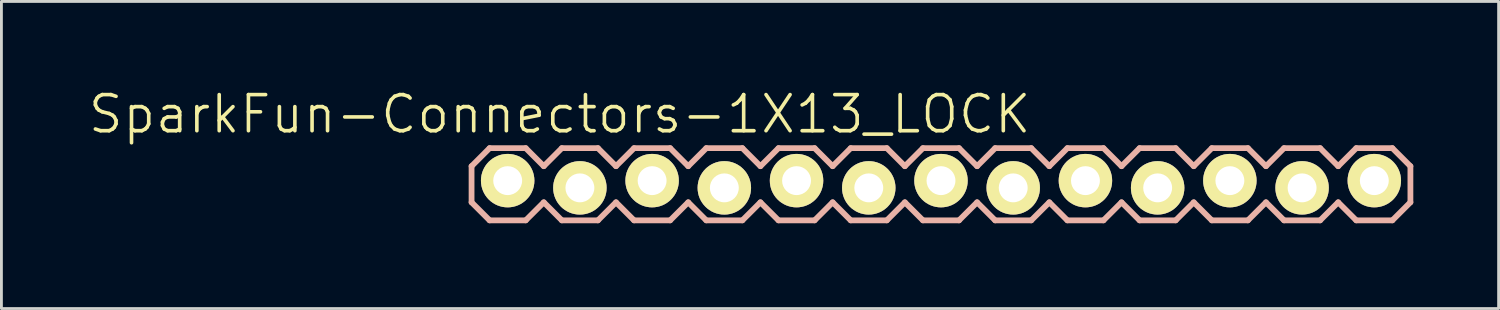
<source format=kicad_pcb>
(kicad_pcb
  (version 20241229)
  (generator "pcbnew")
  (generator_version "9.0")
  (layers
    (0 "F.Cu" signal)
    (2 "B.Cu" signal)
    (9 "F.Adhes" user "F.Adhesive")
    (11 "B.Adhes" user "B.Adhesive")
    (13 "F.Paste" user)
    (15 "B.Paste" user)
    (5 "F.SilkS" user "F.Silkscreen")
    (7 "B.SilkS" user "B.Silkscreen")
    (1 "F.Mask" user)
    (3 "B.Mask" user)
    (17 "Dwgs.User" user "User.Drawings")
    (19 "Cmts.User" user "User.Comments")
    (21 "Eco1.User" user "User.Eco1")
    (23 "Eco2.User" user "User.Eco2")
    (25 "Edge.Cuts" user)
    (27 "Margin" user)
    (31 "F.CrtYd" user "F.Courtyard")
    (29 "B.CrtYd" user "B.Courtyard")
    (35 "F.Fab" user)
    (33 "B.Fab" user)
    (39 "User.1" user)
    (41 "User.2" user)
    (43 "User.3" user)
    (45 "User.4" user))
  (footprint "SparkFun-Connectors-1X13_LOCK"
    (layer "F.Cu")
    (at 14.805 3.43)
    (property "Reference" "SparkFun-Connectors-1X13_LOCK" (at 1.829 -2.464 0) (layer "F.SilkS") (effects (font (size 1.27 1.27) (thickness 0.127))))
    (attr exclude_from_pos_files exclude_from_bom)
    (fp_line (start -0.254 -0.254) (end 0.254 -0.254) (stroke (width 0.066) (type solid)) (layer "F.SilkS"))
    (fp_line (start -0.254 0.254) (end -0.254 -0.254) (stroke (width 0.066) (type solid)) (layer "F.SilkS"))
    (fp_line (start -0.254 0.254) (end 0.254 0.254) (stroke (width 0.066) (type solid)) (layer "F.SilkS"))
    (fp_line (start 0.254 0.254) (end 0.254 -0.254) (stroke (width 0.066) (type solid)) (layer "F.SilkS"))
    (fp_line (start 2.286 -0.254) (end 2.794 -0.254) (stroke (width 0.066) (type solid)) (layer "F.SilkS"))
    (fp_line (start 2.286 0.254) (end 2.286 -0.254) (stroke (width 0.066) (type solid)) (layer "F.SilkS"))
    (fp_line (start 2.286 0.254) (end 2.794 0.254) (stroke (width 0.066) (type solid)) (layer "F.SilkS"))
    (fp_line (start 2.794 0.254) (end 2.794 -0.254) (stroke (width 0.066) (type solid)) (layer "F.SilkS"))
    (fp_line (start 4.826 -0.254) (end 5.334 -0.254) (stroke (width 0.066) (type solid)) (layer "F.SilkS"))
    (fp_line (start 4.826 0.254) (end 4.826 -0.254) (stroke (width 0.066) (type solid)) (layer "F.SilkS"))
    (fp_line (start 4.826 0.254) (end 5.334 0.254) (stroke (width 0.066) (type solid)) (layer "F.SilkS"))
    (fp_line (start 5.334 0.254) (end 5.334 -0.254) (stroke (width 0.066) (type solid)) (layer "F.SilkS"))
    (fp_line (start 7.366 -0.254) (end 7.874 -0.254) (stroke (width 0.066) (type solid)) (layer "F.SilkS"))
    (fp_line (start 7.366 0.254) (end 7.366 -0.254) (stroke (width 0.066) (type solid)) (layer "F.SilkS"))
    (fp_line (start 7.366 0.254) (end 7.874 0.254) (stroke (width 0.066) (type solid)) (layer "F.SilkS"))
    (fp_line (start 7.874 0.254) (end 7.874 -0.254) (stroke (width 0.066) (type solid)) (layer "F.SilkS"))
    (fp_line (start 9.906 -0.254) (end 10.414 -0.254) (stroke (width 0.066) (type solid)) (layer "F.SilkS"))
    (fp_line (start 9.906 0.254) (end 9.906 -0.254) (stroke (width 0.066) (type solid)) (layer "F.SilkS"))
    (fp_line (start 9.906 0.254) (end 10.414 0.254) (stroke (width 0.066) (type solid)) (layer "F.SilkS"))
    (fp_line (start 10.414 0.254) (end 10.414 -0.254) (stroke (width 0.066) (type solid)) (layer "F.SilkS"))
    (fp_line (start 12.446 -0.254) (end 12.954 -0.254) (stroke (width 0.066) (type solid)) (layer "F.SilkS"))
    (fp_line (start 12.446 0.254) (end 12.446 -0.254) (stroke (width 0.066) (type solid)) (layer "F.SilkS"))
    (fp_line (start 12.446 0.254) (end 12.954 0.254) (stroke (width 0.066) (type solid)) (layer "F.SilkS"))
    (fp_line (start 12.954 0.254) (end 12.954 -0.254) (stroke (width 0.066) (type solid)) (layer "F.SilkS"))
    (fp_line (start 14.986 -0.254) (end 15.494 -0.254) (stroke (width 0.066) (type solid)) (layer "F.SilkS"))
    (fp_line (start 14.986 0.254) (end 14.986 -0.254) (stroke (width 0.066) (type solid)) (layer "F.SilkS"))
    (fp_line (start 14.986 0.254) (end 15.494 0.254) (stroke (width 0.066) (type solid)) (layer "F.SilkS"))
    (fp_line (start 15.494 0.254) (end 15.494 -0.254) (stroke (width 0.066) (type solid)) (layer "F.SilkS"))
    (fp_line (start 17.523 -0.254) (end 18.034 -0.254) (stroke (width 0.066) (type solid)) (layer "F.SilkS"))
    (fp_line (start 17.523 0.254) (end 17.523 -0.254) (stroke (width 0.066) (type solid)) (layer "F.SilkS"))
    (fp_line (start 17.523 0.254) (end 18.034 0.254) (stroke (width 0.066) (type solid)) (layer "F.SilkS"))
    (fp_line (start 18.034 0.254) (end 18.034 -0.254) (stroke (width 0.066) (type solid)) (layer "F.SilkS"))
    (fp_line (start 20.066 -0.254) (end 20.574 -0.254) (stroke (width 0.066) (type solid)) (layer "F.SilkS"))
    (fp_line (start 20.066 0.254) (end 20.066 -0.254) (stroke (width 0.066) (type solid)) (layer "F.SilkS"))
    (fp_line (start 20.066 0.254) (end 20.574 0.254) (stroke (width 0.066) (type solid)) (layer "F.SilkS"))
    (fp_line (start 20.574 0.254) (end 20.574 -0.254) (stroke (width 0.066) (type solid)) (layer "F.SilkS"))
    (fp_line (start 22.606 -0.254) (end 23.114 -0.254) (stroke (width 0.066) (type solid)) (layer "F.SilkS"))
    (fp_line (start 22.606 0.254) (end 22.606 -0.254) (stroke (width 0.066) (type solid)) (layer "F.SilkS"))
    (fp_line (start 22.606 0.254) (end 23.114 0.254) (stroke (width 0.066) (type solid)) (layer "F.SilkS"))
    (fp_line (start 23.114 0.254) (end 23.114 -0.254) (stroke (width 0.066) (type solid)) (layer "F.SilkS"))
    (fp_line (start 25.146 -0.254) (end 25.654 -0.254) (stroke (width 0.066) (type solid)) (layer "F.SilkS"))
    (fp_line (start 25.146 0.254) (end 25.146 -0.254) (stroke (width 0.066) (type solid)) (layer "F.SilkS"))
    (fp_line (start 25.146 0.254) (end 25.654 0.254) (stroke (width 0.066) (type solid)) (layer "F.SilkS"))
    (fp_line (start 25.654 0.254) (end 25.654 -0.254) (stroke (width 0.066) (type solid)) (layer "F.SilkS"))
    (fp_line (start 27.686 -0.254) (end 28.194 -0.254) (stroke (width 0.066) (type solid)) (layer "F.SilkS"))
    (fp_line (start 27.686 0.254) (end 27.686 -0.254) (stroke (width 0.066) (type solid)) (layer "F.SilkS"))
    (fp_line (start 27.686 0.254) (end 28.194 0.254) (stroke (width 0.066) (type solid)) (layer "F.SilkS"))
    (fp_line (start 28.194 0.254) (end 28.194 -0.254) (stroke (width 0.066) (type solid)) (layer "F.SilkS"))
    (fp_line (start 30.226 -0.254) (end 30.734 -0.254) (stroke (width 0.066) (type solid)) (layer "F.SilkS"))
    (fp_line (start 30.226 0.254) (end 30.226 -0.254) (stroke (width 0.066) (type solid)) (layer "F.SilkS"))
    (fp_line (start 30.226 0.254) (end 30.734 0.254) (stroke (width 0.066) (type solid)) (layer "F.SilkS"))
    (fp_line (start 30.734 0.254) (end 30.734 -0.254) (stroke (width 0.066) (type solid)) (layer "F.SilkS"))
    (fp_line (start -1.27 -0.635) (end -1.27 0.635) (stroke (width 0.203) (type solid)) (layer "B.SilkS"))
    (fp_line (start -1.27 0.635) (end -0.635 1.27) (stroke (width 0.203) (type solid)) (layer "B.SilkS"))
    (fp_line (start -0.635 -1.27) (end -1.27 -0.635) (stroke (width 0.203) (type solid)) (layer "B.SilkS"))
    (fp_line (start -0.635 -1.27) (end 0.635 -1.27) (stroke (width 0.203) (type solid)) (layer "B.SilkS"))
    (fp_line (start 0.635 -1.27) (end 1.27 -0.635) (stroke (width 0.203) (type solid)) (layer "B.SilkS"))
    (fp_line (start 0.635 1.27) (end -0.635 1.27) (stroke (width 0.203) (type solid)) (layer "B.SilkS"))
    (fp_line (start 1.27 -0.635) (end 1.905 -1.27) (stroke (width 0.203) (type solid)) (layer "B.SilkS"))
    (fp_line (start 1.27 0.635) (end 0.635 1.27) (stroke (width 0.203) (type solid)) (layer "B.SilkS"))
    (fp_line (start 1.905 -1.27) (end 3.175 -1.27) (stroke (width 0.203) (type solid)) (layer "B.SilkS"))
    (fp_line (start 1.905 1.27) (end 1.27 0.635) (stroke (width 0.203) (type solid)) (layer "B.SilkS"))
    (fp_line (start 3.175 -1.27) (end 3.81 -0.635) (stroke (width 0.203) (type solid)) (layer "B.SilkS"))
    (fp_line (start 3.175 1.27) (end 1.905 1.27) (stroke (width 0.203) (type solid)) (layer "B.SilkS"))
    (fp_line (start 3.81 -0.635) (end 4.445 -1.27) (stroke (width 0.203) (type solid)) (layer "B.SilkS"))
    (fp_line (start 3.81 0.635) (end 3.175 1.27) (stroke (width 0.203) (type solid)) (layer "B.SilkS"))
    (fp_line (start 4.445 -1.27) (end 5.715 -1.27) (stroke (width 0.203) (type solid)) (layer "B.SilkS"))
    (fp_line (start 4.445 1.27) (end 3.81 0.635) (stroke (width 0.203) (type solid)) (layer "B.SilkS"))
    (fp_line (start 5.715 -1.27) (end 6.35 -0.635) (stroke (width 0.203) (type solid)) (layer "B.SilkS"))
    (fp_line (start 5.715 1.27) (end 4.445 1.27) (stroke (width 0.203) (type solid)) (layer "B.SilkS"))
    (fp_line (start 6.35 0.635) (end 5.715 1.27) (stroke (width 0.203) (type solid)) (layer "B.SilkS"))
    (fp_line (start 6.35 0.635) (end 6.985 1.27) (stroke (width 0.203) (type solid)) (layer "B.SilkS"))
    (fp_line (start 6.985 -1.27) (end 6.35 -0.635) (stroke (width 0.203) (type solid)) (layer "B.SilkS"))
    (fp_line (start 6.985 -1.27) (end 8.255 -1.27) (stroke (width 0.203) (type solid)) (layer "B.SilkS"))
    (fp_line (start 8.255 -1.27) (end 8.89 -0.635) (stroke (width 0.203) (type solid)) (layer "B.SilkS"))
    (fp_line (start 8.255 1.27) (end 6.985 1.27) (stroke (width 0.203) (type solid)) (layer "B.SilkS"))
    (fp_line (start 8.89 -0.635) (end 9.525 -1.27) (stroke (width 0.203) (type solid)) (layer "B.SilkS"))
    (fp_line (start 8.89 0.635) (end 8.255 1.27) (stroke (width 0.203) (type solid)) (layer "B.SilkS"))
    (fp_line (start 9.525 -1.27) (end 10.795 -1.27) (stroke (width 0.203) (type solid)) (layer "B.SilkS"))
    (fp_line (start 9.525 1.27) (end 8.89 0.635) (stroke (width 0.203) (type solid)) (layer "B.SilkS"))
    (fp_line (start 10.795 -1.27) (end 11.43 -0.635) (stroke (width 0.203) (type solid)) (layer "B.SilkS"))
    (fp_line (start 10.795 1.27) (end 9.525 1.27) (stroke (width 0.203) (type solid)) (layer "B.SilkS"))
    (fp_line (start 11.43 -0.635) (end 12.065 -1.27) (stroke (width 0.203) (type solid)) (layer "B.SilkS"))
    (fp_line (start 11.43 0.635) (end 10.795 1.27) (stroke (width 0.203) (type solid)) (layer "B.SilkS"))
    (fp_line (start 12.065 -1.27) (end 13.335 -1.27) (stroke (width 0.203) (type solid)) (layer "B.SilkS"))
    (fp_line (start 12.065 1.27) (end 11.43 0.635) (stroke (width 0.203) (type solid)) (layer "B.SilkS"))
    (fp_line (start 13.335 -1.27) (end 13.97 -0.635) (stroke (width 0.203) (type solid)) (layer "B.SilkS"))
    (fp_line (start 13.335 1.27) (end 12.065 1.27) (stroke (width 0.203) (type solid)) (layer "B.SilkS"))
    (fp_line (start 13.97 0.635) (end 13.335 1.27) (stroke (width 0.203) (type solid)) (layer "B.SilkS"))
    (fp_line (start 13.97 0.635) (end 14.605 1.27) (stroke (width 0.203) (type solid)) (layer "B.SilkS"))
    (fp_line (start 14.605 -1.27) (end 13.97 -0.635) (stroke (width 0.203) (type solid)) (layer "B.SilkS"))
    (fp_line (start 14.605 -1.27) (end 15.875 -1.27) (stroke (width 0.203) (type solid)) (layer "B.SilkS"))
    (fp_line (start 15.875 -1.27) (end 16.51 -0.635) (stroke (width 0.203) (type solid)) (layer "B.SilkS"))
    (fp_line (start 15.875 1.27) (end 14.605 1.27) (stroke (width 0.203) (type solid)) (layer "B.SilkS"))
    (fp_line (start 16.51 0.635) (end 15.875 1.27) (stroke (width 0.203) (type solid)) (layer "B.SilkS"))
    (fp_line (start 16.51 0.635) (end 17.145 1.27) (stroke (width 0.203) (type solid)) (layer "B.SilkS"))
    (fp_line (start 17.145 -1.27) (end 16.51 -0.635) (stroke (width 0.203) (type solid)) (layer "B.SilkS"))
    (fp_line (start 17.145 -1.27) (end 18.415 -1.27) (stroke (width 0.203) (type solid)) (layer "B.SilkS"))
    (fp_line (start 18.415 -1.27) (end 19.05 -0.635) (stroke (width 0.203) (type solid)) (layer "B.SilkS"))
    (fp_line (start 18.415 1.27) (end 17.145 1.27) (stroke (width 0.203) (type solid)) (layer "B.SilkS"))
    (fp_line (start 19.05 0.635) (end 18.415 1.27) (stroke (width 0.203) (type solid)) (layer "B.SilkS"))
    (fp_line (start 19.05 0.635) (end 19.685 1.27) (stroke (width 0.203) (type solid)) (layer "B.SilkS"))
    (fp_line (start 19.685 -1.27) (end 19.05 -0.635) (stroke (width 0.203) (type solid)) (layer "B.SilkS"))
    (fp_line (start 19.685 -1.27) (end 20.955 -1.27) (stroke (width 0.203) (type solid)) (layer "B.SilkS"))
    (fp_line (start 20.955 -1.27) (end 21.59 -0.635) (stroke (width 0.203) (type solid)) (layer "B.SilkS"))
    (fp_line (start 20.955 1.27) (end 19.685 1.27) (stroke (width 0.203) (type solid)) (layer "B.SilkS"))
    (fp_line (start 21.59 0.635) (end 20.955 1.27) (stroke (width 0.203) (type solid)) (layer "B.SilkS"))
    (fp_line (start 21.59 0.635) (end 22.225 1.27) (stroke (width 0.203) (type solid)) (layer "B.SilkS"))
    (fp_line (start 22.225 -1.27) (end 21.59 -0.635) (stroke (width 0.203) (type solid)) (layer "B.SilkS"))
    (fp_line (start 22.225 -1.27) (end 23.495 -1.27) (stroke (width 0.203) (type solid)) (layer "B.SilkS"))
    (fp_line (start 23.495 -1.27) (end 24.13 -0.635) (stroke (width 0.203) (type solid)) (layer "B.SilkS"))
    (fp_line (start 23.495 1.27) (end 22.225 1.27) (stroke (width 0.203) (type solid)) (layer "B.SilkS"))
    (fp_line (start 24.13 0.635) (end 23.495 1.27) (stroke (width 0.203) (type solid)) (layer "B.SilkS"))
    (fp_line (start 24.13 0.635) (end 24.765 1.27) (stroke (width 0.203) (type solid)) (layer "B.SilkS"))
    (fp_line (start 24.765 -1.27) (end 24.13 -0.635) (stroke (width 0.203) (type solid)) (layer "B.SilkS"))
    (fp_line (start 24.765 -1.27) (end 26.035 -1.27) (stroke (width 0.203) (type solid)) (layer "B.SilkS"))
    (fp_line (start 26.035 -1.27) (end 26.67 -0.635) (stroke (width 0.203) (type solid)) (layer "B.SilkS"))
    (fp_line (start 26.035 1.27) (end 24.765 1.27) (stroke (width 0.203) (type solid)) (layer "B.SilkS"))
    (fp_line (start 26.67 0.635) (end 26.035 1.27) (stroke (width 0.203) (type solid)) (layer "B.SilkS"))
    (fp_line (start 26.67 0.635) (end 27.305 1.27) (stroke (width 0.203) (type solid)) (layer "B.SilkS"))
    (fp_line (start 27.305 -1.27) (end 26.67 -0.635) (stroke (width 0.203) (type solid)) (layer "B.SilkS"))
    (fp_line (start 27.305 -1.27) (end 28.575 -1.27) (stroke (width 0.203) (type solid)) (layer "B.SilkS"))
    (fp_line (start 28.575 -1.27) (end 29.21 -0.635) (stroke (width 0.203) (type solid)) (layer "B.SilkS"))
    (fp_line (start 28.575 1.27) (end 27.305 1.27) (stroke (width 0.203) (type solid)) (layer "B.SilkS"))
    (fp_line (start 29.21 0.635) (end 28.575 1.27) (stroke (width 0.203) (type solid)) (layer "B.SilkS"))
    (fp_line (start 29.21 0.635) (end 29.845 1.27) (stroke (width 0.203) (type solid)) (layer "B.SilkS"))
    (fp_line (start 29.845 -1.27) (end 29.21 -0.635) (stroke (width 0.203) (type solid)) (layer "B.SilkS"))
    (fp_line (start 29.845 -1.27) (end 31.115 -1.27) (stroke (width 0.203) (type solid)) (layer "B.SilkS"))
    (fp_line (start 31.115 -1.27) (end 31.75 -0.635) (stroke (width 0.203) (type solid)) (layer "B.SilkS"))
    (fp_line (start 31.115 1.27) (end 29.845 1.27) (stroke (width 0.203) (type solid)) (layer "B.SilkS"))
    (fp_line (start 31.75 -0.635) (end 31.75 0.635) (stroke (width 0.203) (type solid)) (layer "B.SilkS"))
    (fp_line (start 31.75 0.635) (end 31.115 1.27) (stroke (width 0.203) (type solid)) (layer "B.SilkS"))
    (pad "1" thru_hole circle (at 0 -0.127) (size 1.88 1.88) (drill 1.016) (layers "*.Cu" "F.Mask" "F.SilkS" "F.Paste"))
    (pad "2" thru_hole circle (at 2.54 0.127) (size 1.88 1.88) (drill 1.016) (layers "*.Cu" "F.Mask" "F.SilkS" "F.Paste"))
    (pad "3" thru_hole circle (at 5.08 -0.127) (size 1.88 1.88) (drill 1.016) (layers "*.Cu" "F.Mask" "F.SilkS" "F.Paste"))
    (pad "4" thru_hole circle (at 7.62 0.127) (size 1.88 1.88) (drill 1.016) (layers "*.Cu" "F.Mask" "F.SilkS" "F.Paste"))
    (pad "5" thru_hole circle (at 10.16 -0.127) (size 1.88 1.88) (drill 1.016) (layers "*.Cu" "F.Mask" "F.SilkS" "F.Paste"))
    (pad "6" thru_hole circle (at 12.7 0.127) (size 1.88 1.88) (drill 1.016) (layers "*.Cu" "F.Mask" "F.SilkS" "F.Paste"))
    (pad "7" thru_hole circle (at 15.24 -0.127) (size 1.88 1.88) (drill 1.016) (layers "*.Cu" "F.Mask" "F.SilkS" "F.Paste"))
    (pad "8" thru_hole circle (at 17.78 0.127) (size 1.88 1.88) (drill 1.016) (layers "*.Cu" "F.Mask" "F.SilkS" "F.Paste"))
    (pad "9" thru_hole circle (at 20.32 -0.127) (size 1.88 1.88) (drill 1.016) (layers "*.Cu" "F.Mask" "F.SilkS" "F.Paste"))
    (pad "10" thru_hole circle (at 22.86 0.127) (size 1.88 1.88) (drill 1.016) (layers "*.Cu" "F.Mask" "F.SilkS" "F.Paste"))
    (pad "11" thru_hole circle (at 25.4 -0.127) (size 1.88 1.88) (drill 1.016) (layers "*.Cu" "F.Mask" "F.SilkS" "F.Paste"))
    (pad "12" thru_hole circle (at 27.94 0.127) (size 1.88 1.88) (drill 1.016) (layers "*.Cu" "F.Mask" "F.SilkS" "F.Paste"))
    (pad "13" thru_hole circle (at 30.48 -0.127) (size 1.88 1.88) (drill 1.016) (layers "*.Cu" "F.Mask" "F.SilkS" "F.Paste")))
  (gr_rect
    (start -3 -3)
    (end 49.657 7.801)
    (stroke (width 0.1) (type default))
    (fill no)
    (layer "Edge.Cuts")))
</source>
